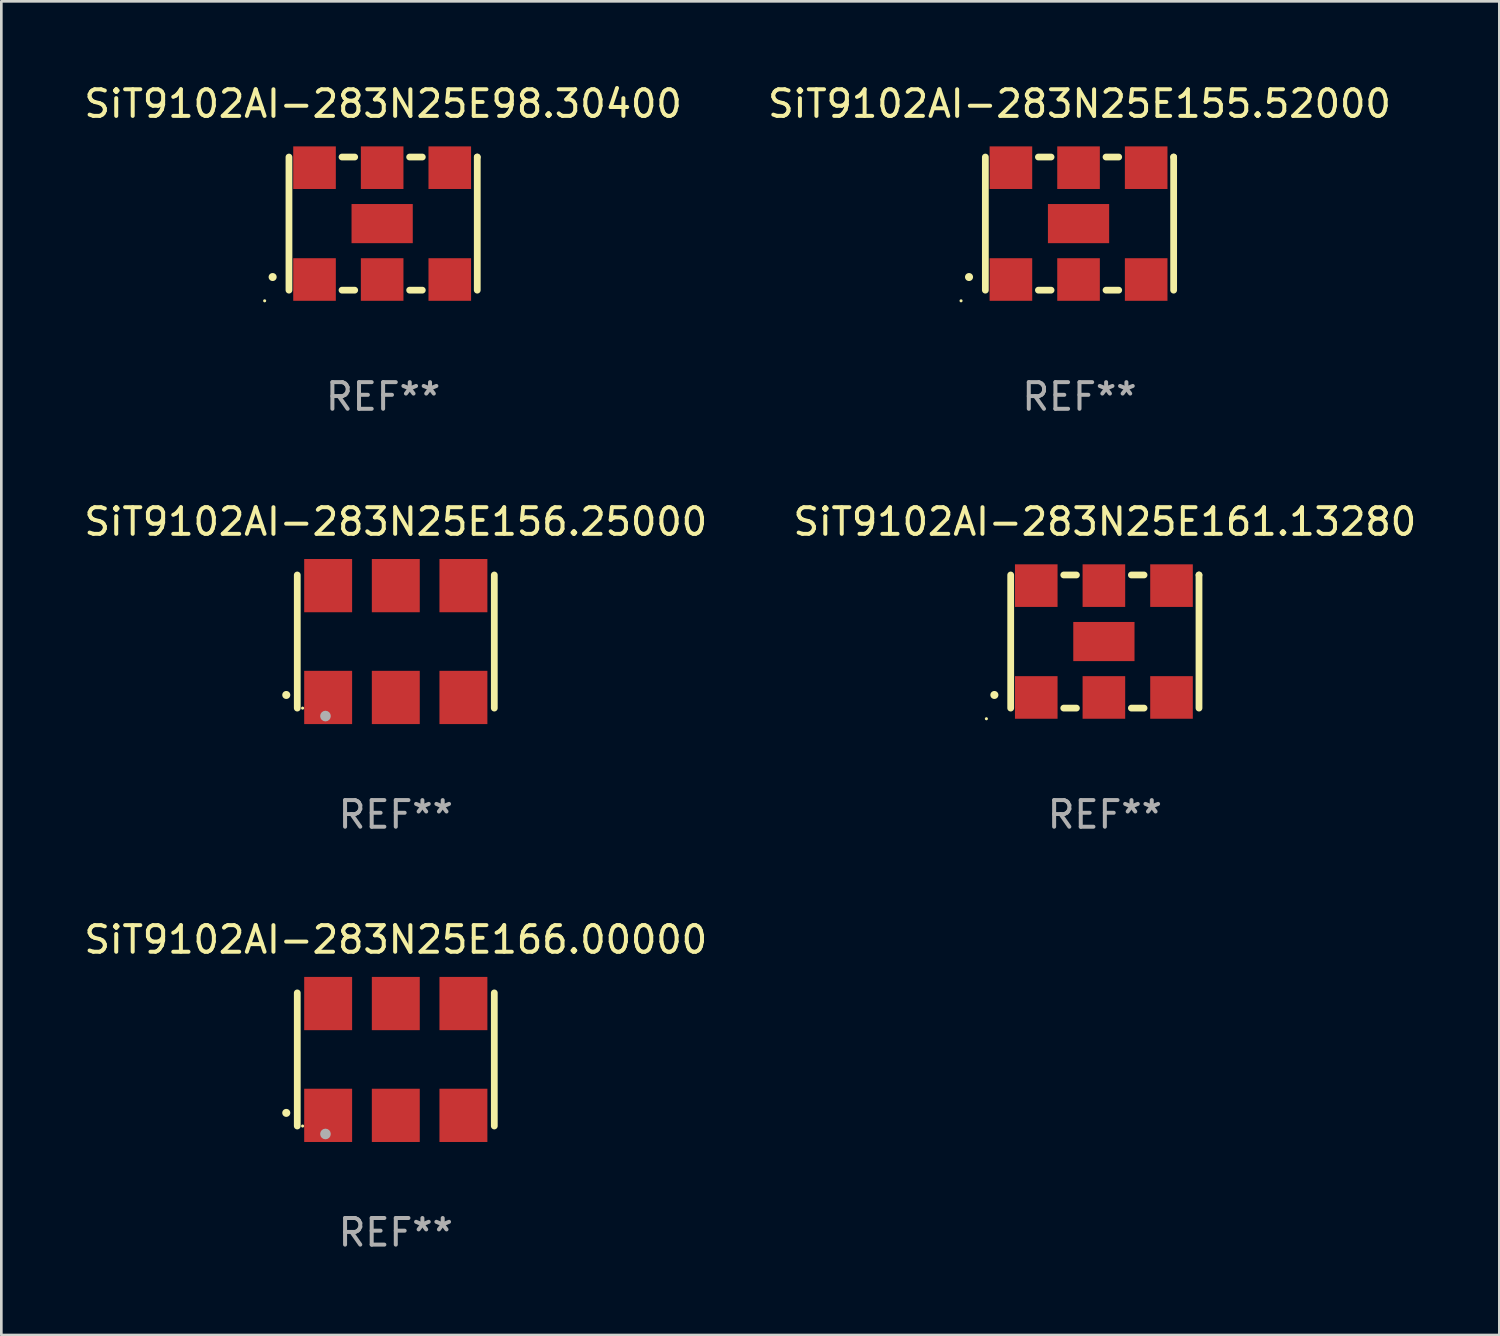
<source format=kicad_pcb>
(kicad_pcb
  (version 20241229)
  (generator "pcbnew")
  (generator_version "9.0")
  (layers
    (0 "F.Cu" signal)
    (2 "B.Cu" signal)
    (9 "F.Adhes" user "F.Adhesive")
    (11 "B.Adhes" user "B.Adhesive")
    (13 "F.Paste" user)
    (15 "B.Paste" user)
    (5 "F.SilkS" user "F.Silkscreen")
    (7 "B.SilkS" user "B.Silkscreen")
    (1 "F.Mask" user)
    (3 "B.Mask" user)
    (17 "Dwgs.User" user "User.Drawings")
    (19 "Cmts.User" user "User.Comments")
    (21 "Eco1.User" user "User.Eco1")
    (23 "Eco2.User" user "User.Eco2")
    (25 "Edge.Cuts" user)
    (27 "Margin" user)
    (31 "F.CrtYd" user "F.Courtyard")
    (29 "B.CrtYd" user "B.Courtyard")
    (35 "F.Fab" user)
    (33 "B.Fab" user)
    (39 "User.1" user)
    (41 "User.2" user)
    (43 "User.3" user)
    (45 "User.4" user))
  (footprint "SiT9102AI-283N25E166.00000"
    (layer "F.Cu")
    (at 11.815 36.741)
    (property "Reference" "SiT9102AI-283N25E166.00000" (at 0 -4.5 0) (layer "F.SilkS") (effects (font (size 1 1) (thickness 0.15))))
    (attr through_hole)
    (fp_line (start -3.7 -2.5) (end -3.7 2.5) (stroke (width 0.254) (type solid)) (layer "F.SilkS"))
    (fp_line (start 3.7 -2.5) (end 3.7 2.5) (stroke (width 0.254) (type solid)) (layer "F.SilkS"))
    (fp_arc (start -4.114415 2.006604) (mid -4.113145 2.006599) (end -4.111875 2.006604) (stroke (width 0.3) (type solid)) (layer "F.SilkS"))
    (fp_circle (center -3.5 2.501) (end -3.47 2.501) (stroke (width 0.06) (type solid)) (fill no) (layer "F.SilkS"))
    (fp_circle (center -2.641 2.799) (end -2.541 2.799) (stroke (width 0.2) (type solid)) (fill no) (layer "F.Fab"))
    (fp_text user "REF**" (at 0 6.5 0) (layer "F.Fab") (effects (font (size 1 1) (thickness 0.15))))
    (pad "1" smd rect (at -2.54 2.1) (size 1.8 2) (layers "F.Cu" "F.Mask" "F.Paste"))
    (pad "2" smd rect (at 0.000394 2.1) (size 1.8 2) (layers "F.Cu" "F.Mask" "F.Paste"))
    (pad "3" smd rect (at 2.54 2.1) (size 1.8 2) (layers "F.Cu" "F.Mask" "F.Paste"))
    (pad "4" smd rect (at 2.54 -2.1) (size 1.8 2) (layers "F.Cu" "F.Mask" "F.Paste"))
    (pad "5" smd rect (at 0.000394 -2.1) (size 1.8 2) (layers "F.Cu" "F.Mask" "F.Paste"))
    (pad "6" smd rect (at -2.54 -2.1) (size 1.8 2) (layers "F.Cu" "F.Mask" "F.Paste")))
  (footprint "SiT9102AI-283N25E98.30400"
    (layer "F.Cu")
    (at 11.339 5.348)
    (property "Reference" "SiT9102AI-283N25E98.30400" (at 0 -4.5 0) (layer "F.SilkS") (effects (font (size 1 1) (thickness 0.15))))
    (attr through_hole)
    (fp_line (start -3.536 -2.5) (end -3.536 2.5) (stroke (width 0.254) (type solid)) (layer "F.SilkS"))
    (fp_line (start -1.544 2.5) (end -1.067 2.5) (stroke (width 0.254) (type solid)) (layer "F.SilkS"))
    (fp_line (start -1.067 -2.5) (end -1.544 -2.5) (stroke (width 0.254) (type solid)) (layer "F.SilkS"))
    (fp_line (start 0.996 2.5) (end 1.473 2.5) (stroke (width 0.254) (type solid)) (layer "F.SilkS"))
    (fp_line (start 1.473 -2.5) (end 0.996 -2.5) (stroke (width 0.254) (type solid)) (layer "F.SilkS"))
    (fp_line (start 3.536 -2.5) (end 3.536 -2.5) (stroke (width 0.254) (type solid)) (layer "F.SilkS"))
    (fp_line (start 3.536 2.5) (end 3.536 -2.5) (stroke (width 0.254) (type solid)) (layer "F.SilkS"))
    (fp_arc (start -4.150432 2.006604) (mid -4.149162 2.006599) (end -4.147892 2.006604) (stroke (width 0.3) (type solid)) (layer "F.SilkS"))
    (fp_circle (center -4.449 2.9) (end -4.419 2.9) (stroke (width 0.06) (type solid)) (fill no) (layer "F.SilkS"))
    (fp_text user "REF**" (at 0 6.5 0) (layer "F.Fab") (effects (font (size 1 1) (thickness 0.15))))
    (pad "1" smd rect (at -2.576 2.1) (size 1.6 1.6) (layers "F.Cu" "F.Mask" "F.Paste"))
    (pad "2" smd rect (at -0.036 2.1) (size 1.6 1.6) (layers "F.Cu" "F.Mask" "F.Paste"))
    (pad "3" smd rect (at 2.504 2.1) (size 1.6 1.6) (layers "F.Cu" "F.Mask" "F.Paste"))
    (pad "4" smd rect (at 2.504 -2.1) (size 1.6 1.6) (layers "F.Cu" "F.Mask" "F.Paste"))
    (pad "5" smd rect (at -0.036 -2.1) (size 1.6 1.6) (layers "F.Cu" "F.Mask" "F.Paste"))
    (pad "6" smd rect (at -2.576 -2.1) (size 1.6 1.6) (layers "F.Cu" "F.Mask" "F.Paste"))
    (pad "7" smd rect (at -0.036 0) (size 2.3 1.47) (layers "F.Cu" "F.Mask" "F.Paste")))
  (footprint "SiT9102AI-283N25E156.25000"
    (layer "F.Cu")
    (at 11.815 21.045)
    (property "Reference" "SiT9102AI-283N25E156.25000" (at 0 -4.5 0) (layer "F.SilkS") (effects (font (size 1 1) (thickness 0.15))))
    (attr through_hole)
    (fp_line (start -3.7 -2.5) (end -3.7 2.5) (stroke (width 0.254) (type solid)) (layer "F.SilkS"))
    (fp_line (start 3.7 -2.5) (end 3.7 2.5) (stroke (width 0.254) (type solid)) (layer "F.SilkS"))
    (fp_arc (start -4.114415 2.006604) (mid -4.113145 2.006599) (end -4.111875 2.006604) (stroke (width 0.3) (type solid)) (layer "F.SilkS"))
    (fp_circle (center -3.5 2.501) (end -3.47 2.501) (stroke (width 0.06) (type solid)) (fill no) (layer "F.SilkS"))
    (fp_circle (center -2.641 2.799) (end -2.541 2.799) (stroke (width 0.2) (type solid)) (fill no) (layer "F.Fab"))
    (fp_text user "REF**" (at 0 6.5 0) (layer "F.Fab") (effects (font (size 1 1) (thickness 0.15))))
    (pad "1" smd rect (at -2.54 2.1) (size 1.8 2) (layers "F.Cu" "F.Mask" "F.Paste"))
    (pad "2" smd rect (at 0.000394 2.1) (size 1.8 2) (layers "F.Cu" "F.Mask" "F.Paste"))
    (pad "3" smd rect (at 2.54 2.1) (size 1.8 2) (layers "F.Cu" "F.Mask" "F.Paste"))
    (pad "4" smd rect (at 2.54 -2.1) (size 1.8 2) (layers "F.Cu" "F.Mask" "F.Paste"))
    (pad "5" smd rect (at 0.000394 -2.1) (size 1.8 2) (layers "F.Cu" "F.Mask" "F.Paste"))
    (pad "6" smd rect (at -2.54 -2.1) (size 1.8 2) (layers "F.Cu" "F.Mask" "F.Paste")))
  (footprint "SiT9102AI-283N25E155.52000"
    (layer "F.Cu")
    (at 37.494 5.348)
    (property "Reference" "SiT9102AI-283N25E155.52000" (at 0 -4.5 0) (layer "F.SilkS") (effects (font (size 1 1) (thickness 0.15))))
    (attr through_hole)
    (fp_line (start -3.536 -2.5) (end -3.536 2.5) (stroke (width 0.254) (type solid)) (layer "F.SilkS"))
    (fp_line (start -1.544 2.5) (end -1.067 2.5) (stroke (width 0.254) (type solid)) (layer "F.SilkS"))
    (fp_line (start -1.067 -2.5) (end -1.544 -2.5) (stroke (width 0.254) (type solid)) (layer "F.SilkS"))
    (fp_line (start 0.996 2.5) (end 1.473 2.5) (stroke (width 0.254) (type solid)) (layer "F.SilkS"))
    (fp_line (start 1.473 -2.5) (end 0.996 -2.5) (stroke (width 0.254) (type solid)) (layer "F.SilkS"))
    (fp_line (start 3.536 -2.5) (end 3.536 -2.5) (stroke (width 0.254) (type solid)) (layer "F.SilkS"))
    (fp_line (start 3.536 2.5) (end 3.536 -2.5) (stroke (width 0.254) (type solid)) (layer "F.SilkS"))
    (fp_arc (start -4.150432 2.006604) (mid -4.149162 2.006599) (end -4.147892 2.006604) (stroke (width 0.3) (type solid)) (layer "F.SilkS"))
    (fp_circle (center -4.449 2.9) (end -4.419 2.9) (stroke (width 0.06) (type solid)) (fill no) (layer "F.SilkS"))
    (fp_text user "REF**" (at 0 6.5 0) (layer "F.Fab") (effects (font (size 1 1) (thickness 0.15))))
    (pad "1" smd rect (at -2.576 2.1) (size 1.6 1.6) (layers "F.Cu" "F.Mask" "F.Paste"))
    (pad "2" smd rect (at -0.036 2.1) (size 1.6 1.6) (layers "F.Cu" "F.Mask" "F.Paste"))
    (pad "3" smd rect (at 2.504 2.1) (size 1.6 1.6) (layers "F.Cu" "F.Mask" "F.Paste"))
    (pad "4" smd rect (at 2.504 -2.1) (size 1.6 1.6) (layers "F.Cu" "F.Mask" "F.Paste"))
    (pad "5" smd rect (at -0.036 -2.1) (size 1.6 1.6) (layers "F.Cu" "F.Mask" "F.Paste"))
    (pad "6" smd rect (at -2.576 -2.1) (size 1.6 1.6) (layers "F.Cu" "F.Mask" "F.Paste"))
    (pad "7" smd rect (at -0.036 0) (size 2.3 1.47) (layers "F.Cu" "F.Mask" "F.Paste")))
  (footprint "SiT9102AI-283N25E161.13280"
    (layer "F.Cu")
    (at 38.446 21.045)
    (property "Reference" "SiT9102AI-283N25E161.13280" (at 0 -4.5 0) (layer "F.SilkS") (effects (font (size 1 1) (thickness 0.15))))
    (attr through_hole)
    (fp_line (start -3.536 -2.5) (end -3.536 2.5) (stroke (width 0.254) (type solid)) (layer "F.SilkS"))
    (fp_line (start -1.544 2.5) (end -1.067 2.5) (stroke (width 0.254) (type solid)) (layer "F.SilkS"))
    (fp_line (start -1.067 -2.5) (end -1.544 -2.5) (stroke (width 0.254) (type solid)) (layer "F.SilkS"))
    (fp_line (start 0.996 2.5) (end 1.473 2.5) (stroke (width 0.254) (type solid)) (layer "F.SilkS"))
    (fp_line (start 1.473 -2.5) (end 0.996 -2.5) (stroke (width 0.254) (type solid)) (layer "F.SilkS"))
    (fp_line (start 3.536 -2.5) (end 3.536 -2.5) (stroke (width 0.254) (type solid)) (layer "F.SilkS"))
    (fp_line (start 3.536 2.5) (end 3.536 -2.5) (stroke (width 0.254) (type solid)) (layer "F.SilkS"))
    (fp_arc (start -4.150432 2.006604) (mid -4.149162 2.006599) (end -4.147892 2.006604) (stroke (width 0.3) (type solid)) (layer "F.SilkS"))
    (fp_circle (center -4.449 2.9) (end -4.419 2.9) (stroke (width 0.06) (type solid)) (fill no) (layer "F.SilkS"))
    (fp_text user "REF**" (at 0 6.5 0) (layer "F.Fab") (effects (font (size 1 1) (thickness 0.15))))
    (pad "1" smd rect (at -2.576 2.1) (size 1.6 1.6) (layers "F.Cu" "F.Mask" "F.Paste"))
    (pad "2" smd rect (at -0.036 2.1) (size 1.6 1.6) (layers "F.Cu" "F.Mask" "F.Paste"))
    (pad "3" smd rect (at 2.504 2.1) (size 1.6 1.6) (layers "F.Cu" "F.Mask" "F.Paste"))
    (pad "4" smd rect (at 2.504 -2.1) (size 1.6 1.6) (layers "F.Cu" "F.Mask" "F.Paste"))
    (pad "5" smd rect (at -0.036 -2.1) (size 1.6 1.6) (layers "F.Cu" "F.Mask" "F.Paste"))
    (pad "6" smd rect (at -2.576 -2.1) (size 1.6 1.6) (layers "F.Cu" "F.Mask" "F.Paste"))
    (pad "7" smd rect (at -0.036 0) (size 2.3 1.47) (layers "F.Cu" "F.Mask" "F.Paste")))
  (gr_rect
    (start -3 -3)
    (end 53.262 47.09)
    (stroke (width 0.1) (type default))
    (fill no)
    (layer "Edge.Cuts")))
</source>
